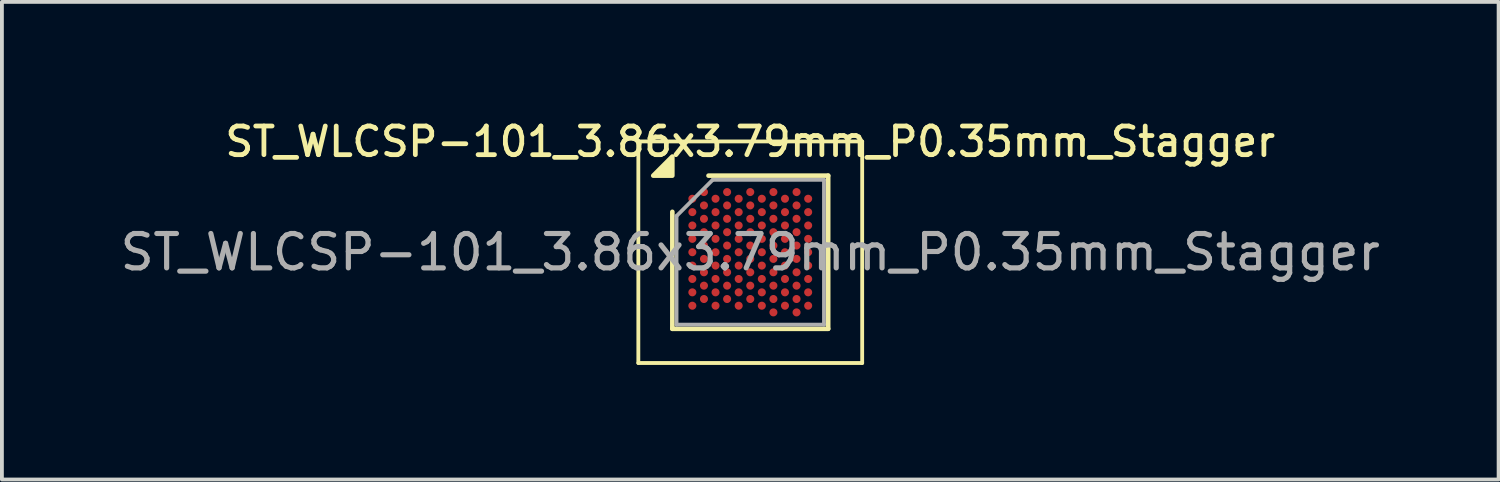
<source format=kicad_pcb>
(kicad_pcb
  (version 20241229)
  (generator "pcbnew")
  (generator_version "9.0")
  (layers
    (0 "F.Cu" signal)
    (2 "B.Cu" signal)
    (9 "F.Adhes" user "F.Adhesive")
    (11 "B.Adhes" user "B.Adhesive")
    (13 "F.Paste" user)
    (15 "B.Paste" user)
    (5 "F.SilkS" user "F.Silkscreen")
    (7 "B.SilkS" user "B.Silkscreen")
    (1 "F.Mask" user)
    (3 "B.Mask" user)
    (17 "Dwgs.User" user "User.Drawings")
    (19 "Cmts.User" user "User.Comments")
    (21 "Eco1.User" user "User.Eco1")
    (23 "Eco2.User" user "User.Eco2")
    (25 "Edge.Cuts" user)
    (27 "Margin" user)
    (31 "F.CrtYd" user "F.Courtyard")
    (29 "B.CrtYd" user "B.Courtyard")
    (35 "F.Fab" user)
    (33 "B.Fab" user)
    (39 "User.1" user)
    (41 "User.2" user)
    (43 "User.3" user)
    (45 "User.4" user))
  (footprint "ST_WLCSP-101_3.86x3.79mm_P0.35mm_Stagger"
    (layer "F.Cu")
    (at 16.591 3.553)
    (property "Reference" "ST_WLCSP-101_3.86x3.79mm_P0.35mm_Stagger" (at 0 -2.895 0) (layer "F.SilkS") (effects (font (size 0.75 0.75) (thickness 0.125))))
    (attr smd)
    (fp_line (start -2.93 -2.9) (end -2.93 2.9) (stroke (width 0.1) (type solid)) (layer "F.SilkS"))
    (fp_line (start -2.93 2.9) (end 2.93 2.9) (stroke (width 0.1) (type solid)) (layer "F.SilkS"))
    (fp_line (start -2.04 2.005) (end -2.04 -1.058) (stroke (width 0.12) (type solid)) (layer "F.SilkS"))
    (fp_line (start -1.093 -2.005) (end 2.04 -2.005) (stroke (width 0.12) (type solid)) (layer "F.SilkS"))
    (fp_line (start 2.04 -2.005) (end 2.04 2.005) (stroke (width 0.12) (type solid)) (layer "F.SilkS"))
    (fp_line (start 2.04 2.005) (end -2.04 2.005) (stroke (width 0.12) (type solid)) (layer "F.SilkS"))
    (fp_line (start 2.93 -2.9) (end -2.93 -2.9) (stroke (width 0.1) (type solid)) (layer "F.SilkS"))
    (fp_line (start 2.93 2.9) (end 2.93 -2.9) (stroke (width 0.1) (type solid)) (layer "F.SilkS"))
    (fp_poly (pts (xy -2.04 -2.005) (xy -2.54 -2.005) (xy -2.04 -2.505) (xy -2.04 -2.005)) (stroke (width 0.12) (type solid)) (fill yes) (layer "F.SilkS"))
    (fp_line (start -1.93 -0.948) (end -0.983 -1.895) (stroke (width 0.1) (type solid)) (layer "F.Fab"))
    (fp_line (start -1.93 1.895) (end -1.93 -0.948) (stroke (width 0.1) (type solid)) (layer "F.Fab"))
    (fp_line (start -0.983 -1.895) (end 1.93 -1.895) (stroke (width 0.1) (type solid)) (layer "F.Fab"))
    (fp_line (start 1.93 -1.895) (end 1.93 1.895) (stroke (width 0.1) (type solid)) (layer "F.Fab"))
    (fp_line (start 1.93 1.895) (end -1.93 1.895) (stroke (width 0.1) (type solid)) (layer "F.Fab"))
    (fp_text user "${REFERENCE}" (at 0 0 0) (layer "F.Fab") (effects (font (size 0.9 0.9) (thickness 0.135))))
    (pad "A2" smd circle (at -1.212 -1.575) (size 0.21 0.21) (property pad_prop_bga) (layers "F.Cu" "F.Mask" "F.Paste"))
    (pad "A4" smd circle (at -0.606 -1.575) (size 0.21 0.21) (property pad_prop_bga) (layers "F.Cu" "F.Mask" "F.Paste"))
    (pad "A6" smd circle (at 0 -1.575) (size 0.21 0.21) (property pad_prop_bga) (layers "F.Cu" "F.Mask" "F.Paste"))
    (pad "A8" smd circle (at 0.606 -1.575) (size 0.21 0.21) (property pad_prop_bga) (layers "F.Cu" "F.Mask" "F.Paste"))
    (pad "A10" smd circle (at 1.212 -1.575) (size 0.21 0.21) (property pad_prop_bga) (layers "F.Cu" "F.Mask" "F.Paste"))
    (pad "B1" smd circle (at -1.516 -1.4) (size 0.21 0.21) (property pad_prop_bga) (layers "F.Cu" "F.Mask" "F.Paste"))
    (pad "B3" smd circle (at -0.909 -1.4) (size 0.21 0.21) (property pad_prop_bga) (layers "F.Cu" "F.Mask" "F.Paste"))
    (pad "B5" smd circle (at -0.303 -1.4) (size 0.21 0.21) (property pad_prop_bga) (layers "F.Cu" "F.Mask" "F.Paste"))
    (pad "B7" smd circle (at 0.303 -1.4) (size 0.21 0.21) (property pad_prop_bga) (layers "F.Cu" "F.Mask" "F.Paste"))
    (pad "B9" smd circle (at 0.909 -1.4) (size 0.21 0.21) (property pad_prop_bga) (layers "F.Cu" "F.Mask" "F.Paste"))
    (pad "B11" smd circle (at 1.516 -1.4) (size 0.21 0.21) (property pad_prop_bga) (layers "F.Cu" "F.Mask" "F.Paste"))
    (pad "C2" smd circle (at -1.212 -1.225) (size 0.21 0.21) (property pad_prop_bga) (layers "F.Cu" "F.Mask" "F.Paste"))
    (pad "C4" smd circle (at -0.606 -1.225) (size 0.21 0.21) (property pad_prop_bga) (layers "F.Cu" "F.Mask" "F.Paste"))
    (pad "C6" smd circle (at 0 -1.225) (size 0.21 0.21) (property pad_prop_bga) (layers "F.Cu" "F.Mask" "F.Paste"))
    (pad "C8" smd circle (at 0.606 -1.225) (size 0.21 0.21) (property pad_prop_bga) (layers "F.Cu" "F.Mask" "F.Paste"))
    (pad "C10" smd circle (at 1.212 -1.225) (size 0.21 0.21) (property pad_prop_bga) (layers "F.Cu" "F.Mask" "F.Paste"))
    (pad "D1" smd circle (at -1.516 -1.05) (size 0.21 0.21) (property pad_prop_bga) (layers "F.Cu" "F.Mask" "F.Paste"))
    (pad "D3" smd circle (at -0.909 -1.05) (size 0.21 0.21) (property pad_prop_bga) (layers "F.Cu" "F.Mask" "F.Paste"))
    (pad "D5" smd circle (at -0.303 -1.05) (size 0.21 0.21) (property pad_prop_bga) (layers "F.Cu" "F.Mask" "F.Paste"))
    (pad "D7" smd circle (at 0.303 -1.05) (size 0.21 0.21) (property pad_prop_bga) (layers "F.Cu" "F.Mask" "F.Paste"))
    (pad "D9" smd circle (at 0.909 -1.05) (size 0.21 0.21) (property pad_prop_bga) (layers "F.Cu" "F.Mask" "F.Paste"))
    (pad "D11" smd circle (at 1.516 -1.05) (size 0.21 0.21) (property pad_prop_bga) (layers "F.Cu" "F.Mask" "F.Paste"))
    (pad "E2" smd circle (at -1.212 -0.875) (size 0.21 0.21) (property pad_prop_bga) (layers "F.Cu" "F.Mask" "F.Paste"))
    (pad "E4" smd circle (at -0.606 -0.875) (size 0.21 0.21) (property pad_prop_bga) (layers "F.Cu" "F.Mask" "F.Paste"))
    (pad "E6" smd circle (at 0 -0.875) (size 0.21 0.21) (property pad_prop_bga) (layers "F.Cu" "F.Mask" "F.Paste"))
    (pad "E8" smd circle (at 0.606 -0.875) (size 0.21 0.21) (property pad_prop_bga) (layers "F.Cu" "F.Mask" "F.Paste"))
    (pad "E10" smd circle (at 1.212 -0.875) (size 0.21 0.21) (property pad_prop_bga) (layers "F.Cu" "F.Mask" "F.Paste"))
    (pad "F1" smd circle (at -1.516 -0.7) (size 0.21 0.21) (property pad_prop_bga) (layers "F.Cu" "F.Mask" "F.Paste"))
    (pad "F3" smd circle (at -0.909 -0.7) (size 0.21 0.21) (property pad_prop_bga) (layers "F.Cu" "F.Mask" "F.Paste"))
    (pad "F5" smd circle (at -0.303 -0.7) (size 0.21 0.21) (property pad_prop_bga) (layers "F.Cu" "F.Mask" "F.Paste"))
    (pad "F7" smd circle (at 0.303 -0.7) (size 0.21 0.21) (property pad_prop_bga) (layers "F.Cu" "F.Mask" "F.Paste"))
    (pad "F9" smd circle (at 0.909 -0.7) (size 0.21 0.21) (property pad_prop_bga) (layers "F.Cu" "F.Mask" "F.Paste"))
    (pad "F11" smd circle (at 1.516 -0.7) (size 0.21 0.21) (property pad_prop_bga) (layers "F.Cu" "F.Mask" "F.Paste"))
    (pad "G2" smd circle (at -1.212 -0.525) (size 0.21 0.21) (property pad_prop_bga) (layers "F.Cu" "F.Mask" "F.Paste"))
    (pad "G4" smd circle (at -0.606 -0.525) (size 0.21 0.21) (property pad_prop_bga) (layers "F.Cu" "F.Mask" "F.Paste"))
    (pad "G6" smd circle (at 0 -0.525) (size 0.21 0.21) (property pad_prop_bga) (layers "F.Cu" "F.Mask" "F.Paste"))
    (pad "G8" smd circle (at 0.606 -0.525) (size 0.21 0.21) (property pad_prop_bga) (layers "F.Cu" "F.Mask" "F.Paste"))
    (pad "G10" smd circle (at 1.212 -0.525) (size 0.21 0.21) (property pad_prop_bga) (layers "F.Cu" "F.Mask" "F.Paste"))
    (pad "H1" smd circle (at -1.516 -0.35) (size 0.21 0.21) (property pad_prop_bga) (layers "F.Cu" "F.Mask" "F.Paste"))
    (pad "H3" smd circle (at -0.909 -0.35) (size 0.21 0.21) (property pad_prop_bga) (layers "F.Cu" "F.Mask" "F.Paste"))
    (pad "H5" smd circle (at -0.303 -0.35) (size 0.21 0.21) (property pad_prop_bga) (layers "F.Cu" "F.Mask" "F.Paste"))
    (pad "H7" smd circle (at 0.303 -0.35) (size 0.21 0.21) (property pad_prop_bga) (layers "F.Cu" "F.Mask" "F.Paste"))
    (pad "H9" smd circle (at 0.909 -0.35) (size 0.21 0.21) (property pad_prop_bga) (layers "F.Cu" "F.Mask" "F.Paste"))
    (pad "H11" smd circle (at 1.516 -0.35) (size 0.21 0.21) (property pad_prop_bga) (layers "F.Cu" "F.Mask" "F.Paste"))
    (pad "J2" smd circle (at -1.212 -0.175) (size 0.21 0.21) (property pad_prop_bga) (layers "F.Cu" "F.Mask" "F.Paste"))
    (pad "J4" smd circle (at -0.606 -0.175) (size 0.21 0.21) (property pad_prop_bga) (layers "F.Cu" "F.Mask" "F.Paste"))
    (pad "J6" smd circle (at 0 -0.175) (size 0.21 0.21) (property pad_prop_bga) (layers "F.Cu" "F.Mask" "F.Paste"))
    (pad "J8" smd circle (at 0.606 -0.175) (size 0.21 0.21) (property pad_prop_bga) (layers "F.Cu" "F.Mask" "F.Paste"))
    (pad "J10" smd circle (at 1.212 -0.175) (size 0.21 0.21) (property pad_prop_bga) (layers "F.Cu" "F.Mask" "F.Paste"))
    (pad "K1" smd circle (at -1.516 0) (size 0.21 0.21) (property pad_prop_bga) (layers "F.Cu" "F.Mask" "F.Paste"))
    (pad "K3" smd circle (at -0.909 0) (size 0.21 0.21) (property pad_prop_bga) (layers "F.Cu" "F.Mask" "F.Paste"))
    (pad "K5" smd circle (at -0.303 0) (size 0.21 0.21) (property pad_prop_bga) (layers "F.Cu" "F.Mask" "F.Paste"))
    (pad "K7" smd circle (at 0.303 0) (size 0.21 0.21) (property pad_prop_bga) (layers "F.Cu" "F.Mask" "F.Paste"))
    (pad "K9" smd circle (at 0.909 0) (size 0.21 0.21) (property pad_prop_bga) (layers "F.Cu" "F.Mask" "F.Paste"))
    (pad "K11" smd circle (at 1.516 0) (size 0.21 0.21) (property pad_prop_bga) (layers "F.Cu" "F.Mask" "F.Paste"))
    (pad "L2" smd circle (at -1.212 0.175) (size 0.21 0.21) (property pad_prop_bga) (layers "F.Cu" "F.Mask" "F.Paste"))
    (pad "L4" smd circle (at -0.606 0.175) (size 0.21 0.21) (property pad_prop_bga) (layers "F.Cu" "F.Mask" "F.Paste"))
    (pad "L6" smd circle (at 0 0.175) (size 0.21 0.21) (property pad_prop_bga) (layers "F.Cu" "F.Mask" "F.Paste"))
    (pad "L8" smd circle (at 0.606 0.175) (size 0.21 0.21) (property pad_prop_bga) (layers "F.Cu" "F.Mask" "F.Paste"))
    (pad "L10" smd circle (at 1.212 0.175) (size 0.21 0.21) (property pad_prop_bga) (layers "F.Cu" "F.Mask" "F.Paste"))
    (pad "M1" smd circle (at -1.516 0.35) (size 0.21 0.21) (property pad_prop_bga) (layers "F.Cu" "F.Mask" "F.Paste"))
    (pad "M3" smd circle (at -0.909 0.35) (size 0.21 0.21) (property pad_prop_bga) (layers "F.Cu" "F.Mask" "F.Paste"))
    (pad "M5" smd circle (at -0.303 0.35) (size 0.21 0.21) (property pad_prop_bga) (layers "F.Cu" "F.Mask" "F.Paste"))
    (pad "M7" smd circle (at 0.303 0.35) (size 0.21 0.21) (property pad_prop_bga) (layers "F.Cu" "F.Mask" "F.Paste"))
    (pad "M9" smd circle (at 0.909 0.35) (size 0.21 0.21) (property pad_prop_bga) (layers "F.Cu" "F.Mask" "F.Paste"))
    (pad "M11" smd circle (at 1.516 0.35) (size 0.21 0.21) (property pad_prop_bga) (layers "F.Cu" "F.Mask" "F.Paste"))
    (pad "N2" smd circle (at -1.212 0.525) (size 0.21 0.21) (property pad_prop_bga) (layers "F.Cu" "F.Mask" "F.Paste"))
    (pad "N4" smd circle (at -0.606 0.525) (size 0.21 0.21) (property pad_prop_bga) (layers "F.Cu" "F.Mask" "F.Paste"))
    (pad "N6" smd circle (at 0 0.525) (size 0.21 0.21) (property pad_prop_bga) (layers "F.Cu" "F.Mask" "F.Paste"))
    (pad "N8" smd circle (at 0.606 0.525) (size 0.21 0.21) (property pad_prop_bga) (layers "F.Cu" "F.Mask" "F.Paste"))
    (pad "N10" smd circle (at 1.212 0.525) (size 0.21 0.21) (property pad_prop_bga) (layers "F.Cu" "F.Mask" "F.Paste"))
    (pad "P1" smd circle (at -1.516 0.7) (size 0.21 0.21) (property pad_prop_bga) (layers "F.Cu" "F.Mask" "F.Paste"))
    (pad "P3" smd circle (at -0.909 0.7) (size 0.21 0.21) (property pad_prop_bga) (layers "F.Cu" "F.Mask" "F.Paste"))
    (pad "P5" smd circle (at -0.303 0.7) (size 0.21 0.21) (property pad_prop_bga) (layers "F.Cu" "F.Mask" "F.Paste"))
    (pad "P7" smd circle (at 0.303 0.7) (size 0.21 0.21) (property pad_prop_bga) (layers "F.Cu" "F.Mask" "F.Paste"))
    (pad "P9" smd circle (at 0.909 0.7) (size 0.21 0.21) (property pad_prop_bga) (layers "F.Cu" "F.Mask" "F.Paste"))
    (pad "P11" smd circle (at 1.516 0.7) (size 0.21 0.21) (property pad_prop_bga) (layers "F.Cu" "F.Mask" "F.Paste"))
    (pad "R2" smd circle (at -1.212 0.875) (size 0.21 0.21) (property pad_prop_bga) (layers "F.Cu" "F.Mask" "F.Paste"))
    (pad "R4" smd circle (at -0.606 0.875) (size 0.21 0.21) (property pad_prop_bga) (layers "F.Cu" "F.Mask" "F.Paste"))
    (pad "R6" smd circle (at 0 0.875) (size 0.21 0.21) (property pad_prop_bga) (layers "F.Cu" "F.Mask" "F.Paste"))
    (pad "R8" smd circle (at 0.606 0.875) (size 0.21 0.21) (property pad_prop_bga) (layers "F.Cu" "F.Mask" "F.Paste"))
    (pad "R10" smd circle (at 1.212 0.875) (size 0.21 0.21) (property pad_prop_bga) (layers "F.Cu" "F.Mask" "F.Paste"))
    (pad "T1" smd circle (at -1.516 1.05) (size 0.21 0.21) (property pad_prop_bga) (layers "F.Cu" "F.Mask" "F.Paste"))
    (pad "T3" smd circle (at -0.909 1.05) (size 0.21 0.21) (property pad_prop_bga) (layers "F.Cu" "F.Mask" "F.Paste"))
    (pad "T5" smd circle (at -0.303 1.05) (size 0.21 0.21) (property pad_prop_bga) (layers "F.Cu" "F.Mask" "F.Paste"))
    (pad "T7" smd circle (at 0.303 1.05) (size 0.21 0.21) (property pad_prop_bga) (layers "F.Cu" "F.Mask" "F.Paste"))
    (pad "T9" smd circle (at 0.909 1.05) (size 0.21 0.21) (property pad_prop_bga) (layers "F.Cu" "F.Mask" "F.Paste"))
    (pad "T11" smd circle (at 1.516 1.05) (size 0.21 0.21) (property pad_prop_bga) (layers "F.Cu" "F.Mask" "F.Paste"))
    (pad "U2" smd circle (at -1.212 1.225) (size 0.21 0.21) (property pad_prop_bga) (layers "F.Cu" "F.Mask" "F.Paste"))
    (pad "U4" smd circle (at -0.606 1.225) (size 0.21 0.21) (property pad_prop_bga) (layers "F.Cu" "F.Mask" "F.Paste"))
    (pad "U6" smd circle (at 0 1.225) (size 0.21 0.21) (property pad_prop_bga) (layers "F.Cu" "F.Mask" "F.Paste"))
    (pad "U8" smd circle (at 0.606 1.225) (size 0.21 0.21) (property pad_prop_bga) (layers "F.Cu" "F.Mask" "F.Paste"))
    (pad "U10" smd circle (at 1.212 1.225) (size 0.21 0.21) (property pad_prop_bga) (layers "F.Cu" "F.Mask" "F.Paste"))
    (pad "V1" smd circle (at -1.516 1.4) (size 0.21 0.21) (property pad_prop_bga) (layers "F.Cu" "F.Mask" "F.Paste"))
    (pad "V3" smd circle (at -0.909 1.4) (size 0.21 0.21) (property pad_prop_bga) (layers "F.Cu" "F.Mask" "F.Paste"))
    (pad "V5" smd circle (at -0.303 1.4) (size 0.21 0.21) (property pad_prop_bga) (layers "F.Cu" "F.Mask" "F.Paste"))
    (pad "V7" smd circle (at 0.303 1.4) (size 0.21 0.21) (property pad_prop_bga) (layers "F.Cu" "F.Mask" "F.Paste"))
    (pad "V9" smd circle (at 0.909 1.4) (size 0.21 0.21) (property pad_prop_bga) (layers "F.Cu" "F.Mask" "F.Paste"))
    (pad "V11" smd circle (at 1.516 1.4) (size 0.21 0.21) (property pad_prop_bga) (layers "F.Cu" "F.Mask" "F.Paste"))
    (pad "W8" smd circle (at 0.606 1.575) (size 0.21 0.21) (property pad_prop_bga) (layers "F.Cu" "F.Mask" "F.Paste"))
    (pad "W10" smd circle (at 1.212 1.575) (size 0.21 0.21) (property pad_prop_bga) (layers "F.Cu" "F.Mask" "F.Paste")))
  (gr_rect
    (start -3 -3)
    (end 36.182 9.503)
    (stroke (width 0.1) (type default))
    (fill no)
    (layer "Edge.Cuts")))
</source>
